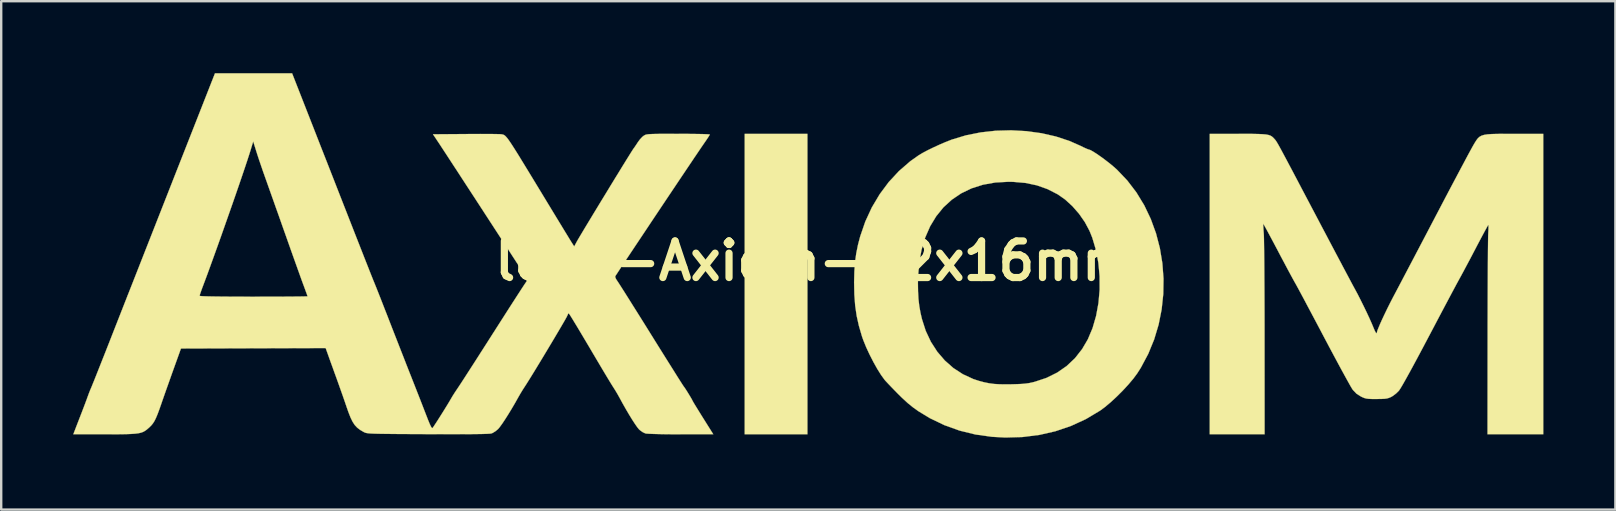
<source format=kicad_pcb>
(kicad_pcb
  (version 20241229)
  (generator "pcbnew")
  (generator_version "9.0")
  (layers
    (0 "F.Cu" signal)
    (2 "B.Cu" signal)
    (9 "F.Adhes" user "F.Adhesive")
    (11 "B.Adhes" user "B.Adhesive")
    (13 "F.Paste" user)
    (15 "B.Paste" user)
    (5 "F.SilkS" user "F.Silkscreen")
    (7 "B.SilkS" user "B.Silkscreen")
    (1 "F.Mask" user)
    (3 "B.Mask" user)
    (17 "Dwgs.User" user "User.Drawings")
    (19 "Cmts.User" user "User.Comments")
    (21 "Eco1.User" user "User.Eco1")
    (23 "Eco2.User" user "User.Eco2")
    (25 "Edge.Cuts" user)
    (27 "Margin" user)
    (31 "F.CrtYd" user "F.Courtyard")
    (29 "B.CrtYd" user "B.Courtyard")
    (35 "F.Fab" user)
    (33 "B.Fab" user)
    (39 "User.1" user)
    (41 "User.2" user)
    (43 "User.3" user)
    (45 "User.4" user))
  (footprint "logo-Axiom-62x16mm"
    (layer "F.Cu")
    (at 30.847 7.825)
    (property "Reference" "logo-Axiom-62x16mm" (at 0 0 0) (layer "F.SilkS") (effects (font (size 1.524 1.524) (thickness 0.3))))
    (attr through_hole)
    (fp_poly (pts (xy -0.254 7.221) (xy -2.867 7.221) (xy -2.867 -5.298) (xy -0.254 -5.298) (xy -0.254 7.221)) (stroke (width 0.01) (type solid)) (fill yes) (layer "F.SilkS"))
    (fp_poly (pts (xy 8.875 -5.41) (xy 9.5 -5.324) (xy 10.101 -5.187) (xy 10.668 -5) (xy 11.112 -4.804) (xy 11.252 -4.735) (xy 11.37 -4.682) (xy 11.449 -4.65) (xy 11.471 -4.645) (xy 11.538 -4.622) (xy 11.648 -4.561) (xy 11.793 -4.469) (xy 11.959 -4.354) (xy 12.138 -4.223) (xy 12.317 -4.085) (xy 12.485 -3.947) (xy 12.632 -3.817) (xy 12.642 -3.808) (xy 13.076 -3.353) (xy 13.456 -2.855) (xy 13.783 -2.318) (xy 14.054 -1.749) (xy 14.271 -1.154) (xy 14.432 -0.538) (xy 14.536 0.093) (xy 14.584 0.734) (xy 14.574 1.377) (xy 14.506 2.018) (xy 14.38 2.651) (xy 14.194 3.27) (xy 13.948 3.869) (xy 13.642 4.442) (xy 13.493 4.677) (xy 13.332 4.895) (xy 13.126 5.14) (xy 12.89 5.396) (xy 12.637 5.649) (xy 12.382 5.885) (xy 12.14 6.088) (xy 11.939 6.236) (xy 11.351 6.587) (xy 10.731 6.872) (xy 10.082 7.093) (xy 9.408 7.247) (xy 8.71 7.335) (xy 7.993 7.355) (xy 7.439 7.326) (xy 6.751 7.23) (xy 6.086 7.067) (xy 5.448 6.838) (xy 4.84 6.545) (xy 4.374 6.261) (xy 4.148 6.1) (xy 3.927 5.921) (xy 3.695 5.708) (xy 3.513 5.528) (xy 3.358 5.37) (xy 3.215 5.222) (xy 3.094 5.095) (xy 3.005 5) (xy 2.964 4.953) (xy 2.817 4.751) (xy 2.657 4.496) (xy 2.495 4.207) (xy 2.338 3.9) (xy 2.195 3.593) (xy 2.077 3.303) (xy 2.019 3.139) (xy 1.892 2.704) (xy 1.798 2.283) (xy 1.736 1.854) (xy 1.702 1.398) (xy 1.692 0.894) (xy 4.351 0.894) (xy 4.356 1.263) (xy 4.373 1.582) (xy 4.407 1.874) (xy 4.458 2.16) (xy 4.518 2.419) (xy 4.677 2.913) (xy 4.891 3.368) (xy 5.157 3.78) (xy 5.47 4.145) (xy 5.827 4.46) (xy 6.224 4.718) (xy 6.656 4.918) (xy 6.887 4.994) (xy 7.108 5.053) (xy 7.315 5.095) (xy 7.525 5.123) (xy 7.758 5.137) (xy 8.032 5.14) (xy 8.237 5.138) (xy 8.489 5.131) (xy 8.687 5.122) (xy 8.847 5.107) (xy 8.988 5.087) (xy 9.127 5.057) (xy 9.221 5.033) (xy 9.709 4.871) (xy 10.151 4.652) (xy 10.547 4.378) (xy 10.896 4.049) (xy 11.196 3.666) (xy 11.43 3.266) (xy 11.627 2.799) (xy 11.775 2.29) (xy 11.874 1.752) (xy 11.923 1.196) (xy 11.921 0.633) (xy 11.87 0.077) (xy 11.768 -0.462) (xy 11.616 -0.971) (xy 11.5 -1.258) (xy 11.308 -1.618) (xy 11.066 -1.966) (xy 10.786 -2.286) (xy 10.483 -2.563) (xy 10.174 -2.779) (xy 9.752 -2.995) (xy 9.309 -3.152) (xy 8.836 -3.252) (xy 8.325 -3.297) (xy 8.128 -3.301) (xy 7.577 -3.271) (xy 7.063 -3.179) (xy 6.588 -3.028) (xy 6.154 -2.819) (xy 5.763 -2.555) (xy 5.415 -2.237) (xy 5.114 -1.866) (xy 4.86 -1.447) (xy 4.655 -0.978) (xy 4.501 -0.464) (xy 4.4 0.094) (xy 4.354 0.695) (xy 4.351 0.894) (xy 1.692 0.894) (xy 1.692 0.893) (xy 1.692 0.871) (xy 1.703 0.433) (xy 1.731 0.044) (xy 1.781 -0.318) (xy 1.854 -0.676) (xy 1.945 -1.023) (xy 2.158 -1.643) (xy 2.43 -2.231) (xy 2.757 -2.781) (xy 3.135 -3.289) (xy 3.561 -3.748) (xy 4.029 -4.154) (xy 4.391 -4.41) (xy 4.55 -4.504) (xy 4.759 -4.615) (xy 5 -4.732) (xy 5.254 -4.849) (xy 5.503 -4.956) (xy 5.728 -5.045) (xy 5.769 -5.06) (xy 6.353 -5.236) (xy 6.966 -5.358) (xy 7.598 -5.428) (xy 8.238 -5.445) (xy 8.875 -5.41)) (stroke (width 0.01) (type solid)) (fill yes) (layer "F.SilkS"))
    (fp_poly (pts (xy 29.203 -5.298) (xy 30.407 -5.298) (xy 30.407 7.221) (xy 28.085 7.221) (xy 28.089 3.202) (xy 28.089 2.66) (xy 28.091 2.134) (xy 28.092 1.628) (xy 28.094 1.147) (xy 28.096 0.697) (xy 28.098 0.282) (xy 28.101 -0.091) (xy 28.103 -0.418) (xy 28.106 -0.694) (xy 28.109 -0.913) (xy 28.112 -1.07) (xy 28.116 -1.161) (xy 28.116 -1.167) (xy 28.124 -1.314) (xy 28.126 -1.428) (xy 28.122 -1.493) (xy 28.116 -1.503) (xy 28.094 -1.468) (xy 28.043 -1.377) (xy 27.967 -1.238) (xy 27.87 -1.058) (xy 27.758 -0.847) (xy 27.634 -0.612) (xy 27.594 -0.535) (xy 27.457 -0.273) (xy 27.32 -0.013) (xy 27.189 0.232) (xy 27.073 0.45) (xy 26.976 0.629) (xy 26.906 0.756) (xy 26.903 0.762) (xy 26.852 0.855) (xy 26.77 1.006) (xy 26.662 1.208) (xy 26.531 1.454) (xy 26.38 1.738) (xy 26.213 2.053) (xy 26.033 2.393) (xy 25.845 2.751) (xy 25.65 3.12) (xy 25.622 3.173) (xy 25.387 3.618) (xy 25.172 4.021) (xy 24.979 4.38) (xy 24.809 4.691) (xy 24.664 4.952) (xy 24.547 5.158) (xy 24.458 5.307) (xy 24.399 5.396) (xy 24.388 5.41) (xy 24.275 5.521) (xy 24.143 5.621) (xy 24.068 5.665) (xy 23.983 5.702) (xy 23.899 5.727) (xy 23.796 5.741) (xy 23.658 5.748) (xy 23.465 5.75) (xy 23.459 5.75) (xy 23.269 5.75) (xy 23.134 5.744) (xy 23.033 5.731) (xy 22.948 5.708) (xy 22.861 5.671) (xy 22.813 5.648) (xy 22.627 5.531) (xy 22.477 5.374) (xy 22.465 5.358) (xy 22.424 5.293) (xy 22.352 5.17) (xy 22.254 4.994) (xy 22.132 4.773) (xy 21.989 4.512) (xy 21.83 4.217) (xy 21.657 3.895) (xy 21.474 3.552) (xy 21.284 3.193) (xy 21.265 3.157) (xy 21.075 2.797) (xy 20.892 2.451) (xy 20.719 2.125) (xy 20.56 1.827) (xy 20.419 1.56) (xy 20.297 1.333) (xy 20.199 1.151) (xy 20.128 1.021) (xy 20.087 0.947) (xy 20.084 0.943) (xy 20.04 0.865) (xy 19.966 0.73) (xy 19.868 0.55) (xy 19.751 0.332) (xy 19.62 0.085) (xy 19.478 -0.181) (xy 19.358 -0.41) (xy 19.218 -0.674) (xy 19.089 -0.917) (xy 18.975 -1.13) (xy 18.879 -1.308) (xy 18.805 -1.442) (xy 18.758 -1.526) (xy 18.74 -1.553) (xy 18.739 -1.514) (xy 18.743 -1.419) (xy 18.751 -1.282) (xy 18.761 -1.143) (xy 18.766 -1.053) (xy 18.77 -0.895) (xy 18.773 -0.676) (xy 18.777 -0.4) (xy 18.781 -0.072) (xy 18.784 0.302) (xy 18.786 0.716) (xy 18.789 1.167) (xy 18.791 1.647) (xy 18.793 2.153) (xy 18.794 2.679) (xy 18.794 3.219) (xy 18.794 3.239) (xy 18.796 7.221) (xy 16.51 7.221) (xy 16.51 -5.298) (xy 17.69 -5.298) (xy 18.036 -5.297) (xy 18.317 -5.296) (xy 18.541 -5.291) (xy 18.717 -5.283) (xy 18.852 -5.271) (xy 18.954 -5.252) (xy 19.031 -5.227) (xy 19.091 -5.194) (xy 19.143 -5.152) (xy 19.193 -5.1) (xy 19.199 -5.094) (xy 19.218 -5.072) (xy 19.237 -5.051) (xy 19.256 -5.027) (xy 19.278 -4.994) (xy 19.306 -4.951) (xy 19.341 -4.892) (xy 19.386 -4.813) (xy 19.442 -4.712) (xy 19.512 -4.583) (xy 19.598 -4.423) (xy 19.702 -4.228) (xy 19.826 -3.994) (xy 19.973 -3.717) (xy 20.144 -3.393) (xy 20.341 -3.018) (xy 20.568 -2.588) (xy 20.825 -2.1) (xy 20.938 -1.887) (xy 21.158 -1.468) (xy 21.374 -1.06) (xy 21.58 -0.669) (xy 21.775 -0.3) (xy 21.956 0.041) (xy 22.119 0.349) (xy 22.262 0.617) (xy 22.381 0.841) (xy 22.473 1.014) (xy 22.536 1.13) (xy 22.553 1.161) (xy 22.668 1.374) (xy 22.793 1.619) (xy 22.923 1.88) (xy 23.049 2.141) (xy 23.164 2.388) (xy 23.26 2.603) (xy 23.33 2.771) (xy 23.336 2.785) (xy 23.391 2.915) (xy 23.435 2.993) (xy 23.465 3.015) (xy 23.477 2.974) (xy 23.477 2.973) (xy 23.493 2.909) (xy 23.538 2.792) (xy 23.606 2.63) (xy 23.694 2.434) (xy 23.797 2.215) (xy 23.91 1.981) (xy 24.028 1.745) (xy 24.147 1.514) (xy 24.19 1.433) (xy 24.262 1.297) (xy 24.365 1.102) (xy 24.494 0.857) (xy 24.647 0.566) (xy 24.82 0.237) (xy 25.01 -0.124) (xy 25.213 -0.511) (xy 25.426 -0.917) (xy 25.645 -1.335) (xy 25.867 -1.759) (xy 25.915 -1.851) (xy 26.133 -2.266) (xy 26.344 -2.669) (xy 26.547 -3.054) (xy 26.739 -3.416) (xy 26.916 -3.75) (xy 27.075 -4.049) (xy 27.213 -4.308) (xy 27.328 -4.522) (xy 27.417 -4.685) (xy 27.475 -4.79) (xy 27.489 -4.814) (xy 27.56 -4.935) (xy 27.623 -5.034) (xy 27.684 -5.114) (xy 27.752 -5.175) (xy 27.835 -5.221) (xy 27.94 -5.254) (xy 28.076 -5.276) (xy 28.25 -5.289) (xy 28.47 -5.295) (xy 28.745 -5.298) (xy 29.082 -5.298) (xy 29.203 -5.298)) (stroke (width 0.01) (type solid)) (fill yes) (layer "F.SilkS"))
    (fp_poly (pts (xy -21.1 -6.223) (xy -20.981 -5.919) (xy -20.839 -5.557) (xy -20.679 -5.148) (xy -20.504 -4.7) (xy -20.317 -4.225) (xy -20.124 -3.732) (xy -19.928 -3.231) (xy -19.733 -2.732) (xy -19.542 -2.245) (xy -19.416 -1.923) (xy -19.25 -1.499) (xy -19.091 -1.093) (xy -18.94 -0.709) (xy -18.801 -0.355) (xy -18.675 -0.034) (xy -18.563 0.249) (xy -18.47 0.486) (xy -18.395 0.674) (xy -18.342 0.807) (xy -18.312 0.879) (xy -18.308 0.889) (xy -18.285 0.945) (xy -18.238 1.061) (xy -18.171 1.23) (xy -18.086 1.444) (xy -17.987 1.696) (xy -17.877 1.979) (xy -17.757 2.284) (xy -17.672 2.504) (xy -17.533 2.861) (xy -17.387 3.234) (xy -17.24 3.61) (xy -17.097 3.975) (xy -16.964 4.316) (xy -16.845 4.619) (xy -16.745 4.871) (xy -16.727 4.917) (xy -16.616 5.199) (xy -16.499 5.497) (xy -16.383 5.793) (xy -16.276 6.068) (xy -16.185 6.304) (xy -16.142 6.414) (xy -16.056 6.635) (xy -15.99 6.794) (xy -15.941 6.897) (xy -15.906 6.951) (xy -15.881 6.964) (xy -15.874 6.959) (xy -15.837 6.909) (xy -15.771 6.809) (xy -15.682 6.673) (xy -15.579 6.511) (xy -15.469 6.337) (xy -15.36 6.162) (xy -15.26 5.999) (xy -15.176 5.861) (xy -15.117 5.759) (xy -15.11 5.748) (xy -15.043 5.633) (xy -14.95 5.486) (xy -14.849 5.335) (xy -14.824 5.298) (xy -14.772 5.22) (xy -14.685 5.088) (xy -14.566 4.905) (xy -14.421 4.68) (xy -14.251 4.416) (xy -14.061 4.121) (xy -13.856 3.8) (xy -13.638 3.46) (xy -13.412 3.105) (xy -13.319 2.96) (xy -13.095 2.609) (xy -12.881 2.275) (xy -12.682 1.963) (xy -12.499 1.679) (xy -12.337 1.428) (xy -12.199 1.215) (xy -12.088 1.045) (xy -12.007 0.923) (xy -11.96 0.855) (xy -11.951 0.842) (xy -11.918 0.792) (xy -11.935 0.735) (xy -11.948 0.713) (xy -12.011 0.616) (xy -12.107 0.466) (xy -12.234 0.27) (xy -12.388 0.033) (xy -12.565 -0.239) (xy -12.761 -0.542) (xy -12.974 -0.869) (xy -13.199 -1.215) (xy -13.433 -1.575) (xy -13.672 -1.942) (xy -13.912 -2.312) (xy -14.151 -2.679) (xy -14.384 -3.036) (xy -14.608 -3.38) (xy -14.818 -3.703) (xy -15.013 -4.001) (xy -15.187 -4.268) (xy -15.338 -4.499) (xy -15.461 -4.687) (xy -15.553 -4.828) (xy -15.611 -4.916) (xy -15.624 -4.935) (xy -15.855 -5.28) (xy -14.486 -5.29) (xy -14.173 -5.292) (xy -13.88 -5.293) (xy -13.614 -5.292) (xy -13.384 -5.291) (xy -13.201 -5.288) (xy -13.071 -5.285) (xy -13.005 -5.28) (xy -13.003 -5.28) (xy -12.965 -5.273) (xy -12.931 -5.265) (xy -12.897 -5.251) (xy -12.861 -5.227) (xy -12.821 -5.189) (xy -12.772 -5.134) (xy -12.713 -5.057) (xy -12.641 -4.953) (xy -12.553 -4.82) (xy -12.446 -4.653) (xy -12.317 -4.448) (xy -12.165 -4.2) (xy -11.986 -3.907) (xy -11.776 -3.563) (xy -11.535 -3.166) (xy -11.276 -2.74) (xy -11.071 -2.402) (xy -10.875 -2.079) (xy -10.692 -1.778) (xy -10.525 -1.504) (xy -10.378 -1.262) (xy -10.254 -1.06) (xy -10.158 -0.902) (xy -10.092 -0.795) (xy -10.062 -0.748) (xy -9.971 -0.606) (xy -9.856 -0.82) (xy -9.815 -0.892) (xy -9.741 -1.017) (xy -9.639 -1.188) (xy -9.513 -1.399) (xy -9.366 -1.642) (xy -9.204 -1.91) (xy -9.029 -2.198) (xy -8.847 -2.498) (xy -8.66 -2.803) (xy -8.475 -3.108) (xy -8.294 -3.404) (xy -8.121 -3.685) (xy -7.962 -3.945) (xy -7.819 -4.176) (xy -7.697 -4.372) (xy -7.601 -4.526) (xy -7.534 -4.631) (xy -7.501 -4.681) (xy -7.442 -4.763) (xy -7.366 -4.876) (xy -7.317 -4.952) (xy -7.23 -5.069) (xy -7.133 -5.172) (xy -7.079 -5.215) (xy -7.046 -5.236) (xy -7.011 -5.254) (xy -6.968 -5.268) (xy -6.908 -5.278) (xy -6.825 -5.286) (xy -6.71 -5.291) (xy -6.556 -5.295) (xy -6.355 -5.297) (xy -6.099 -5.297) (xy -5.782 -5.298) (xy -5.637 -5.298) (xy -5.336 -5.297) (xy -5.059 -5.295) (xy -4.814 -5.292) (xy -4.61 -5.288) (xy -4.454 -5.282) (xy -4.355 -5.277) (xy -4.32 -5.271) (xy -4.32 -5.271) (xy -4.341 -5.231) (xy -4.394 -5.146) (xy -4.472 -5.03) (xy -4.538 -4.935) (xy -4.602 -4.842) (xy -4.699 -4.7) (xy -4.826 -4.512) (xy -4.979 -4.286) (xy -5.154 -4.025) (xy -5.349 -3.735) (xy -5.56 -3.421) (xy -5.783 -3.088) (xy -6.015 -2.742) (xy -6.252 -2.388) (xy -6.491 -2.03) (xy -6.729 -1.674) (xy -6.961 -1.325) (xy -7.185 -0.989) (xy -7.398 -0.67) (xy -7.595 -0.374) (xy -7.773 -0.106) (xy -7.928 0.129) (xy -8.059 0.326) (xy -8.159 0.479) (xy -8.228 0.584) (xy -8.26 0.635) (xy -8.262 0.639) (xy -8.254 0.698) (xy -8.21 0.782) (xy -8.192 0.808) (xy -8.158 0.858) (xy -8.089 0.964) (xy -7.988 1.122) (xy -7.859 1.325) (xy -7.706 1.568) (xy -7.531 1.847) (xy -7.337 2.155) (xy -7.129 2.487) (xy -6.909 2.839) (xy -6.768 3.066) (xy -6.545 3.424) (xy -6.333 3.763) (xy -6.135 4.079) (xy -5.954 4.367) (xy -5.794 4.622) (xy -5.658 4.839) (xy -5.548 5.012) (xy -5.468 5.137) (xy -5.421 5.209) (xy -5.41 5.225) (xy -5.381 5.263) (xy -5.326 5.344) (xy -5.257 5.453) (xy -5.184 5.572) (xy -5.117 5.683) (xy -5.067 5.77) (xy -5.044 5.815) (xy -5.044 5.817) (xy -5.025 5.852) (xy -4.974 5.94) (xy -4.894 6.071) (xy -4.792 6.236) (xy -4.674 6.427) (xy -4.61 6.529) (xy -4.176 7.221) (xy -5.526 7.221) (xy -5.864 7.22) (xy -6.173 7.217) (xy -6.445 7.212) (xy -6.673 7.206) (xy -6.848 7.199) (xy -6.964 7.191) (xy -7.006 7.184) (xy -7.111 7.136) (xy -7.224 7.056) (xy -7.269 7.016) (xy -7.34 6.93) (xy -7.438 6.79) (xy -7.556 6.609) (xy -7.687 6.395) (xy -7.825 6.16) (xy -7.963 5.916) (xy -8.072 5.715) (xy -8.16 5.557) (xy -8.258 5.392) (xy -8.341 5.261) (xy -8.387 5.189) (xy -8.466 5.061) (xy -8.572 4.886) (xy -8.702 4.67) (xy -8.851 4.42) (xy -9.014 4.145) (xy -9.188 3.852) (xy -9.325 3.619) (xy -9.499 3.326) (xy -9.662 3.052) (xy -9.81 2.804) (xy -9.94 2.589) (xy -10.047 2.413) (xy -10.129 2.282) (xy -10.182 2.201) (xy -10.2 2.177) (xy -10.228 2.208) (xy -10.262 2.282) (xy -10.264 2.288) (xy -10.29 2.34) (xy -10.349 2.446) (xy -10.437 2.599) (xy -10.549 2.79) (xy -10.68 3.012) (xy -10.825 3.257) (xy -10.981 3.518) (xy -11.142 3.786) (xy -11.303 4.054) (xy -11.461 4.314) (xy -11.609 4.558) (xy -11.745 4.779) (xy -11.863 4.969) (xy -11.958 5.12) (xy -12.025 5.224) (xy -12.037 5.242) (xy -12.121 5.372) (xy -12.216 5.529) (xy -12.291 5.659) (xy -12.43 5.907) (xy -12.574 6.153) (xy -12.718 6.389) (xy -12.854 6.603) (xy -12.975 6.784) (xy -13.075 6.922) (xy -13.143 7.003) (xy -13.251 7.093) (xy -13.365 7.163) (xy -13.421 7.186) (xy -13.486 7.195) (xy -13.617 7.202) (xy -13.815 7.208) (xy -14.081 7.212) (xy -14.417 7.215) (xy -14.821 7.216) (xy -15.297 7.216) (xy -15.844 7.215) (xy -16.075 7.214) (xy -16.563 7.212) (xy -16.984 7.21) (xy -17.344 7.208) (xy -17.647 7.205) (xy -17.898 7.202) (xy -18.104 7.199) (xy -18.269 7.195) (xy -18.398 7.19) (xy -18.498 7.184) (xy -18.573 7.176) (xy -18.629 7.167) (xy -18.67 7.157) (xy -18.703 7.144) (xy -18.733 7.13) (xy -18.746 7.123) (xy -18.894 7.036) (xy -19.015 6.943) (xy -19.117 6.833) (xy -19.207 6.695) (xy -19.293 6.517) (xy -19.382 6.289) (xy -19.462 6.06) (xy -19.529 5.863) (xy -19.613 5.621) (xy -19.708 5.353) (xy -19.804 5.083) (xy -19.883 4.862) (xy -19.968 4.629) (xy -20.05 4.4) (xy -20.126 4.192) (xy -20.188 4.019) (xy -20.231 3.897) (xy -20.233 3.891) (xy -20.328 3.628) (xy -26.357 3.647) (xy -26.644 4.445) (xy -26.745 4.726) (xy -26.854 5.034) (xy -26.965 5.346) (xy -27.068 5.639) (xy -27.155 5.888) (xy -27.16 5.905) (xy -27.254 6.173) (xy -27.332 6.383) (xy -27.4 6.545) (xy -27.462 6.67) (xy -27.525 6.769) (xy -27.594 6.853) (xy -27.675 6.933) (xy -27.712 6.966) (xy -27.785 7.028) (xy -27.856 7.079) (xy -27.932 7.121) (xy -28.02 7.153) (xy -28.129 7.178) (xy -28.267 7.195) (xy -28.44 7.207) (xy -28.657 7.215) (xy -28.925 7.219) (xy -29.252 7.221) (xy -29.543 7.221) (xy -30.842 7.221) (xy -30.755 6.994) (xy -30.707 6.869) (xy -30.641 6.699) (xy -30.567 6.507) (xy -30.499 6.332) (xy -30.425 6.139) (xy -30.351 5.945) (xy -30.287 5.773) (xy -30.245 5.656) (xy -30.192 5.512) (xy -30.139 5.377) (xy -30.101 5.29) (xy -30.078 5.235) (xy -30.031 5.118) (xy -29.961 4.946) (xy -29.873 4.725) (xy -29.768 4.46) (xy -29.649 4.159) (xy -29.517 3.826) (xy -29.376 3.468) (xy -29.228 3.091) (xy -29.189 2.991) (xy -28.947 2.374) (xy -28.68 1.694) (xy -28.584 1.45) (xy -25.581 1.45) (xy -25.548 1.459) (xy -25.448 1.467) (xy -25.281 1.473) (xy -25.044 1.478) (xy -24.739 1.482) (xy -24.363 1.485) (xy -23.917 1.487) (xy -23.399 1.488) (xy -23.332 1.488) (xy -22.935 1.487) (xy -22.561 1.487) (xy -22.215 1.486) (xy -21.904 1.484) (xy -21.633 1.482) (xy -21.41 1.48) (xy -21.239 1.477) (xy -21.128 1.475) (xy -21.083 1.472) (xy -21.082 1.471) (xy -21.094 1.433) (xy -21.127 1.34) (xy -21.176 1.206) (xy -21.236 1.043) (xy -21.249 1.009) (xy -21.295 0.884) (xy -21.362 0.7) (xy -21.446 0.465) (xy -21.545 0.188) (xy -21.656 -0.122) (xy -21.775 -0.456) (xy -21.898 -0.804) (xy -22.024 -1.16) (xy -22.025 -1.161) (xy -22.153 -1.524) (xy -22.281 -1.887) (xy -22.407 -2.24) (xy -22.525 -2.574) (xy -22.633 -2.878) (xy -22.727 -3.142) (xy -22.803 -3.357) (xy -22.855 -3.502) (xy -22.94 -3.741) (xy -23.027 -3.996) (xy -23.111 -4.242) (xy -23.181 -4.456) (xy -23.211 -4.551) (xy -23.346 -4.983) (xy -23.449 -4.642) (xy -23.508 -4.454) (xy -23.588 -4.207) (xy -23.688 -3.907) (xy -23.804 -3.563) (xy -23.934 -3.183) (xy -24.075 -2.774) (xy -24.224 -2.345) (xy -24.379 -1.904) (xy -24.536 -1.458) (xy -24.692 -1.015) (xy -24.846 -0.584) (xy -24.994 -0.173) (xy -25.133 0.211) (xy -25.26 0.56) (xy -25.374 0.866) (xy -25.42 0.988) (xy -25.482 1.153) (xy -25.532 1.294) (xy -25.567 1.398) (xy -25.581 1.449) (xy -25.581 1.45) (xy -28.584 1.45) (xy -28.388 0.953) (xy -28.074 0.154) (xy -27.739 -0.699) (xy -27.384 -1.602) (xy -27.01 -2.553) (xy -26.619 -3.549) (xy -26.211 -4.585) (xy -25.789 -5.658) (xy -25.588 -6.169) (xy -24.939 -7.82) (xy -21.726 -7.82) (xy -21.1 -6.223)) (stroke (width 0.01) (type solid)) (fill yes) (layer "F.SilkS")))
  (gr_rect
    (start -3 -3)
    (end 64.26 18.185)
    (stroke (width 0.1) (type default))
    (fill no)
    (layer "Edge.Cuts")))
</source>
